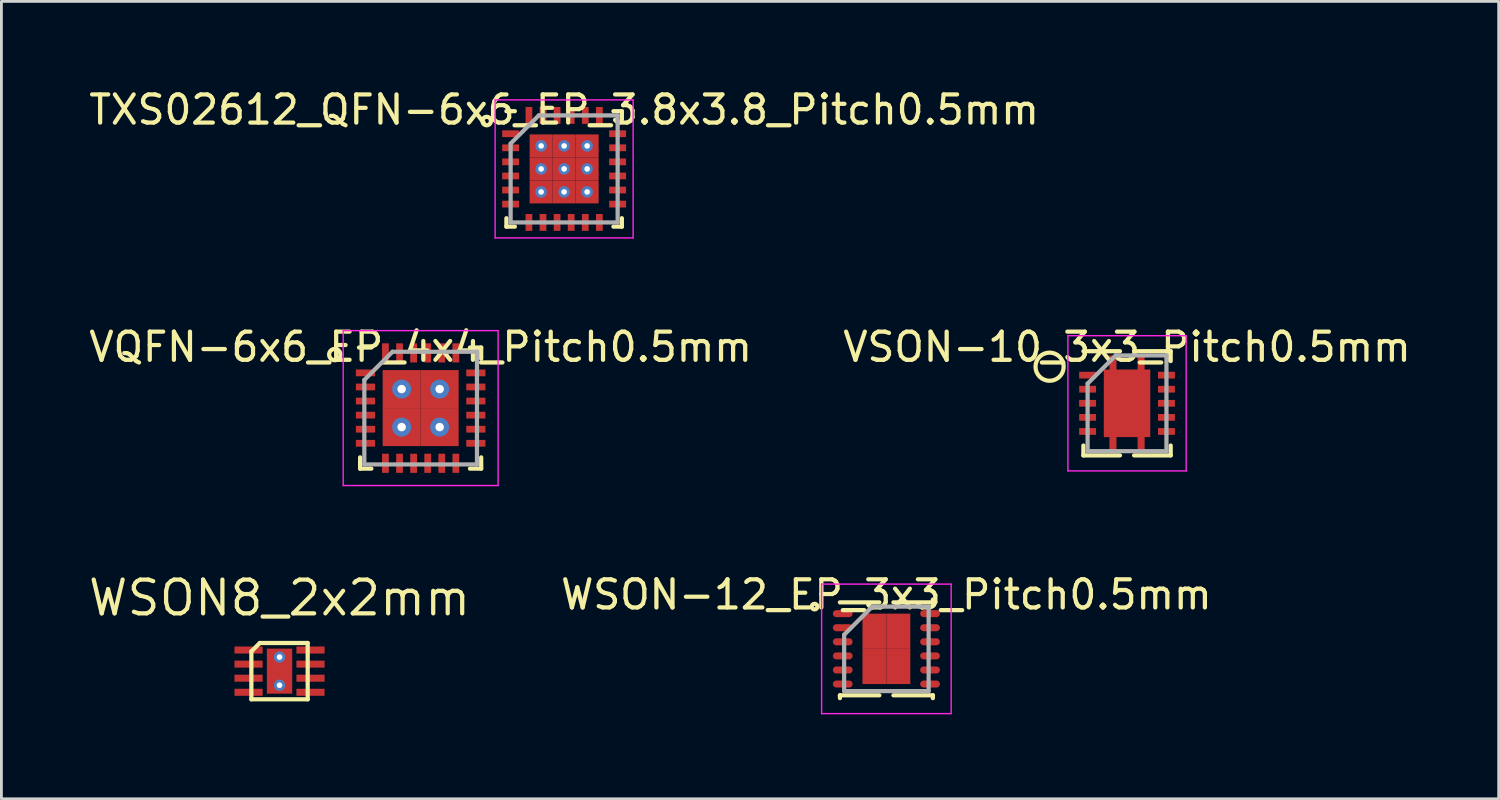
<source format=kicad_pcb>
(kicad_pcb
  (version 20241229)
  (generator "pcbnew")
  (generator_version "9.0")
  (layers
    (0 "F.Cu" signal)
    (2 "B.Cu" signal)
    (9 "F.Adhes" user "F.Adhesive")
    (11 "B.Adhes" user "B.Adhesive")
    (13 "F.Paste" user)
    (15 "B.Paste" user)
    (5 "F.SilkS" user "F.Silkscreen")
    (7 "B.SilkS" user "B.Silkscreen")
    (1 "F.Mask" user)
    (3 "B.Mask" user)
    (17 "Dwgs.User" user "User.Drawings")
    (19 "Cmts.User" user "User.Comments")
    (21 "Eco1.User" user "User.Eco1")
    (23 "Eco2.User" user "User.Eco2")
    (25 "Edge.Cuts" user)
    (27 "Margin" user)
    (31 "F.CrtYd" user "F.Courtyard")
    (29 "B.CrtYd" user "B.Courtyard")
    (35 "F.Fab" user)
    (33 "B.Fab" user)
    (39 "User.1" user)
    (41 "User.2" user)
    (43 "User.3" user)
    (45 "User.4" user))
  (footprint "TXS02612_QFN-6x6_EP_3.8x3.8_Pitch0.5mm"
    (layer "F.Cu")
    (at 16.982 2.948)
    (property "Reference" "TXS02612_QFN-6x6_EP_3.8x3.8_Pitch0.5mm" (at 0 -2.1 0) (layer "F.SilkS") (effects (font (size 1 1) (thickness 0.15))))
    (attr through_hole)
    (fp_line (start -2.05 2.05) (end -2.05 1.75) (stroke (width 0.15) (type default)) (layer "F.SilkS"))
    (fp_line (start -1.75 -2.05) (end -2.05 -2.05) (stroke (width 0.15) (type default)) (layer "F.SilkS"))
    (fp_line (start -1.75 2.05) (end -2.05 2.05) (stroke (width 0.15) (type default)) (layer "F.SilkS"))
    (fp_line (start 1.75 -2.05) (end 2.05 -2.05) (stroke (width 0.15) (type default)) (layer "F.SilkS"))
    (fp_line (start 1.75 2.05) (end 2.05 2.05) (stroke (width 0.15) (type default)) (layer "F.SilkS"))
    (fp_line (start 2.05 -2.05) (end 2.05 -1.75) (stroke (width 0.15) (type default)) (layer "F.SilkS"))
    (fp_line (start 2.05 2.05) (end 2.05 1.75) (stroke (width 0.15) (type default)) (layer "F.SilkS"))
    (fp_circle (center -2.75 -1.7) (end -2.75 -1.55) (stroke (width 0.15) (type default)) (fill no) (layer "F.SilkS"))
    (fp_line (start -2.45 -2.45) (end 2.45 -2.45) (stroke (width 0.05) (type default)) (layer "F.CrtYd"))
    (fp_line (start -2.45 2.45) (end -2.45 -2.45) (stroke (width 0.05) (type default)) (layer "F.CrtYd"))
    (fp_line (start 2.45 -2.45) (end 2.45 2.45) (stroke (width 0.05) (type default)) (layer "F.CrtYd"))
    (fp_line (start 2.45 2.45) (end -2.45 2.45) (stroke (width 0.05) (type default)) (layer "F.CrtYd"))
    (fp_line (start -1.9 -0.9) (end -1.9 1.9) (stroke (width 0.15) (type default)) (layer "F.Fab"))
    (fp_line (start -1.9 1.9) (end 1.9 1.9) (stroke (width 0.15) (type default)) (layer "F.Fab"))
    (fp_line (start -0.9 -1.9) (end -1.9 -0.9) (stroke (width 0.15) (type default)) (layer "F.Fab"))
    (fp_line (start 1.9 -1.9) (end -0.9 -1.9) (stroke (width 0.15) (type default)) (layer "F.Fab"))
    (fp_line (start 1.9 1.9) (end 1.9 -1.9) (stroke (width 0.15) (type default)) (layer "F.Fab"))
    (pad "1" smd rect (at -1.9 -1.25 90) (size 0.24 0.6) (layers "F.Cu" "F.Mask" "F.Paste"))
    (pad "2" smd rect (at -1.9 -0.75 90) (size 0.24 0.6) (layers "F.Cu" "F.Mask" "F.Paste"))
    (pad "3" smd rect (at -1.9 -0.25 90) (size 0.24 0.6) (layers "F.Cu" "F.Mask" "F.Paste"))
    (pad "4" smd rect (at -1.9 0.25 90) (size 0.24 0.6) (layers "F.Cu" "F.Mask" "F.Paste"))
    (pad "5" smd rect (at -1.9 0.75 90) (size 0.24 0.6) (layers "F.Cu" "F.Mask" "F.Paste"))
    (pad "6" smd rect (at -1.9 1.25 90) (size 0.24 0.6) (layers "F.Cu" "F.Mask" "F.Paste"))
    (pad "7" smd rect (at -1.25 1.9) (size 0.24 0.6) (layers "F.Cu" "F.Mask" "F.Paste"))
    (pad "8" smd rect (at -0.75 1.9) (size 0.24 0.6) (layers "F.Cu" "F.Mask" "F.Paste"))
    (pad "9" smd rect (at -0.25 1.9) (size 0.24 0.6) (layers "F.Cu" "F.Mask" "F.Paste"))
    (pad "10" smd rect (at 0.25 1.9) (size 0.24 0.6) (layers "F.Cu" "F.Mask" "F.Paste"))
    (pad "11" smd rect (at 0.75 1.9) (size 0.24 0.6) (layers "F.Cu" "F.Mask" "F.Paste"))
    (pad "12" smd rect (at 1.25 1.9) (size 0.24 0.6) (layers "F.Cu" "F.Mask" "F.Paste"))
    (pad "13" smd rect (at 1.9 1.25 90) (size 0.24 0.6) (layers "F.Cu" "F.Mask" "F.Paste"))
    (pad "14" smd rect (at 1.9 0.75 90) (size 0.24 0.6) (layers "F.Cu" "F.Mask" "F.Paste"))
    (pad "15" smd rect (at 1.9 0.25 90) (size 0.24 0.6) (layers "F.Cu" "F.Mask" "F.Paste"))
    (pad "16" smd rect (at 1.9 -0.25 90) (size 0.24 0.6) (layers "F.Cu" "F.Mask" "F.Paste"))
    (pad "17" smd rect (at 1.9 -0.75 90) (size 0.24 0.6) (layers "F.Cu" "F.Mask" "F.Paste"))
    (pad "18" smd rect (at 1.9 -1.25 90) (size 0.24 0.6) (layers "F.Cu" "F.Mask" "F.Paste"))
    (pad "19" smd rect (at 1.25 -1.9) (size 0.24 0.6) (layers "F.Cu" "F.Mask" "F.Paste"))
    (pad "20" smd rect (at 0.75 -1.9) (size 0.24 0.6) (layers "F.Cu" "F.Mask" "F.Paste"))
    (pad "21" smd rect (at 0.25 -1.9) (size 0.24 0.6) (layers "F.Cu" "F.Mask" "F.Paste"))
    (pad "22" smd rect (at -0.25 -1.9) (size 0.24 0.6) (layers "F.Cu" "F.Mask" "F.Paste"))
    (pad "23" smd rect (at -0.75 -1.9) (size 0.24 0.6) (layers "F.Cu" "F.Mask" "F.Paste"))
    (pad "24" smd rect (at -1.25 -1.9) (size 0.24 0.6) (layers "F.Cu" "F.Mask" "F.Paste"))
    (pad "25" thru_hole circle (at -0.817 -0.817) (size 0.408 0.408) (drill 0.2) (layers "*.Cu" "*.Mask"))
    (pad "25" smd rect (at -0.817 -0.817) (size 0.817 0.817) (layers "F.Cu" "F.Mask" "F.Paste"))
    (pad "25" thru_hole circle (at -0.817 0) (size 0.408 0.408) (drill 0.2) (layers "*.Cu" "*.Mask"))
    (pad "25" smd rect (at -0.817 0) (size 0.817 0.817) (layers "F.Cu" "F.Mask" "F.Paste"))
    (pad "25" thru_hole circle (at -0.817 0.817) (size 0.408 0.408) (drill 0.2) (layers "*.Cu" "*.Mask"))
    (pad "25" smd rect (at -0.817 0.817) (size 0.817 0.817) (layers "F.Cu" "F.Mask" "F.Paste"))
    (pad "25" thru_hole circle (at 0 -0.817) (size 0.408 0.408) (drill 0.2) (layers "*.Cu" "*.Mask"))
    (pad "25" smd rect (at 0 -0.817) (size 0.817 0.817) (layers "F.Cu" "F.Mask" "F.Paste"))
    (pad "25" thru_hole circle (at 0 0) (size 0.408 0.408) (drill 0.2) (layers "*.Cu" "*.Mask"))
    (pad "25" smd rect (at 0 0) (size 0.817 0.817) (layers "F.Cu" "F.Mask" "F.Paste"))
    (pad "25" thru_hole circle (at 0 0.817) (size 0.408 0.408) (drill 0.2) (layers "*.Cu" "*.Mask"))
    (pad "25" smd rect (at 0 0.817) (size 0.817 0.817) (layers "F.Cu" "F.Mask" "F.Paste"))
    (pad "25" thru_hole circle (at 0.817 -0.817) (size 0.408 0.408) (drill 0.2) (layers "*.Cu" "*.Mask"))
    (pad "25" smd rect (at 0.817 -0.817) (size 0.817 0.817) (layers "F.Cu" "F.Mask" "F.Paste"))
    (pad "25" thru_hole circle (at 0.817 0) (size 0.408 0.408) (drill 0.2) (layers "*.Cu" "*.Mask"))
    (pad "25" smd rect (at 0.817 0) (size 0.817 0.817) (layers "F.Cu" "F.Mask" "F.Paste"))
    (pad "25" thru_hole circle (at 0.817 0.817) (size 0.408 0.408) (drill 0.2) (layers "*.Cu" "*.Mask"))
    (pad "25" smd rect (at 0.817 0.817) (size 0.817 0.817) (layers "F.Cu" "F.Mask" "F.Paste")))
  (footprint "WSON-12_EP_3x3_Pitch0.5mm"
    (layer "F.Cu")
    (at 28.425 19.99)
    (property "Reference" "WSON-12_EP_3x3_Pitch0.5mm" (at 0 -1.925 0) (layer "F.SilkS") (effects (font (size 1 1) (thickness 0.15))))
    (attr through_hole)
    (fp_line (start -1.65 1.65) (end -1.65 1.75) (stroke (width 0.15) (type default)) (layer "F.SilkS"))
    (fp_line (start -0.25 -1.65) (end -1.65 -1.65) (stroke (width 0.15) (type default)) (layer "F.SilkS"))
    (fp_line (start -0.25 1.65) (end -1.65 1.65) (stroke (width 0.15) (type default)) (layer "F.SilkS"))
    (fp_line (start 0.25 -1.65) (end 1.65 -1.65) (stroke (width 0.15) (type default)) (layer "F.SilkS"))
    (fp_line (start 0.25 1.65) (end 1.65 1.65) (stroke (width 0.15) (type default)) (layer "F.SilkS"))
    (fp_line (start 1.65 -1.65) (end 1.65 -1.75) (stroke (width 0.15) (type default)) (layer "F.SilkS"))
    (fp_line (start 1.65 1.65) (end 1.65 1.75) (stroke (width 0.15) (type default)) (layer "F.SilkS"))
    (fp_circle (center -2.55 -1.5) (end -2.55 -1.4) (stroke (width 0.15) (type default)) (fill no) (layer "F.SilkS"))
    (fp_line (start -2.3 -2.3) (end 2.3 -2.3) (stroke (width 0.05) (type default)) (layer "F.CrtYd"))
    (fp_line (start -2.3 2.3) (end -2.3 -2.3) (stroke (width 0.05) (type default)) (layer "F.CrtYd"))
    (fp_line (start 2.3 -2.3) (end 2.3 2.3) (stroke (width 0.05) (type default)) (layer "F.CrtYd"))
    (fp_line (start 2.3 2.3) (end -2.3 2.3) (stroke (width 0.05) (type default)) (layer "F.CrtYd"))
    (fp_line (start -1.5 -0.5) (end -1.5 1.5) (stroke (width 0.15) (type default)) (layer "F.Fab"))
    (fp_line (start -1.5 1.5) (end 1.5 1.5) (stroke (width 0.15) (type default)) (layer "F.Fab"))
    (fp_line (start -0.5 -1.5) (end -1.5 -0.5) (stroke (width 0.15) (type default)) (layer "F.Fab"))
    (fp_line (start 1.5 -1.5) (end -0.5 -1.5) (stroke (width 0.15) (type default)) (layer "F.Fab"))
    (fp_line (start 1.5 1.5) (end 1.5 -1.5) (stroke (width 0.15) (type default)) (layer "F.Fab"))
    (pad "1" smd oval (at -1.55 -1.25 90) (size 0.25 0.7) (layers "F.Cu" "F.Mask" "F.Paste"))
    (pad "2" smd oval (at -1.55 -0.75 90) (size 0.25 0.7) (layers "F.Cu" "F.Mask" "F.Paste"))
    (pad "3" smd oval (at -1.55 -0.25 90) (size 0.25 0.7) (layers "F.Cu" "F.Mask" "F.Paste"))
    (pad "4" smd oval (at -1.55 0.25 90) (size 0.25 0.7) (layers "F.Cu" "F.Mask" "F.Paste"))
    (pad "5" smd oval (at -1.55 0.75 90) (size 0.25 0.7) (layers "F.Cu" "F.Mask" "F.Paste"))
    (pad "6" smd oval (at -1.55 1.25 90) (size 0.25 0.7) (layers "F.Cu" "F.Mask" "F.Paste"))
    (pad "7" smd oval (at 1.55 1.25 90) (size 0.25 0.7) (layers "F.Cu" "F.Mask" "F.Paste"))
    (pad "8" smd oval (at 1.55 0.75 90) (size 0.25 0.7) (layers "F.Cu" "F.Mask" "F.Paste"))
    (pad "9" smd oval (at 1.55 0.25 90) (size 0.25 0.7) (layers "F.Cu" "F.Mask" "F.Paste"))
    (pad "10" smd oval (at 1.55 -0.25 90) (size 0.25 0.7) (layers "F.Cu" "F.Mask" "F.Paste"))
    (pad "11" smd oval (at 1.55 -0.75 90) (size 0.25 0.7) (layers "F.Cu" "F.Mask" "F.Paste"))
    (pad "12" smd oval (at 1.55 -1.25 90) (size 0.25 0.7) (layers "F.Cu" "F.Mask" "F.Paste"))
    (pad "13" smd rect (at -0.425 -0.625) (size 0.85 1.25) (layers "F.Cu" "F.Mask" "F.Paste"))
    (pad "13" smd rect (at -0.425 0.625) (size 0.85 1.25) (layers "F.Cu" "F.Mask" "F.Paste"))
    (pad "13" smd rect (at 0.425 -0.625) (size 0.85 1.25) (layers "F.Cu" "F.Mask" "F.Paste"))
    (pad "13" smd rect (at 0.425 0.625) (size 0.85 1.25) (layers "F.Cu" "F.Mask" "F.Paste")))
  (footprint "VSON-10_3x3_Pitch0.5mm"
    (layer "F.Cu")
    (at 36.97 11.271)
    (property "Reference" "VSON-10_3x3_Pitch0.5mm" (at 0 -2 0) (layer "F.SilkS") (effects (font (size 1 1) (thickness 0.15))))
    (attr smd)
    (fp_line (start -1.55 1.85) (end -1.55 1.5) (stroke (width 0.15) (type solid)) (layer "F.SilkS"))
    (fp_line (start -0.25 -1.85) (end -1.55 -1.85) (stroke (width 0.15) (type solid)) (layer "F.SilkS"))
    (fp_line (start -0.25 1.85) (end -1.55 1.85) (stroke (width 0.15) (type solid)) (layer "F.SilkS"))
    (fp_line (start 0.25 -1.85) (end 1.55 -1.85) (stroke (width 0.15) (type solid)) (layer "F.SilkS"))
    (fp_line (start 0.25 1.85) (end 1.55 1.85) (stroke (width 0.15) (type solid)) (layer "F.SilkS"))
    (fp_line (start 1.55 -1.85) (end 1.55 -1.5) (stroke (width 0.15) (type solid)) (layer "F.SilkS"))
    (fp_line (start 1.55 1.85) (end 1.55 1.5) (stroke (width 0.15) (type solid)) (layer "F.SilkS"))
    (fp_circle (center -2.75 -1.3) (end -2.75 -0.8) (stroke (width 0.15) (type solid)) (fill no) (layer "F.SilkS"))
    (fp_line (start -2.1 -2.4) (end 2.1 -2.4) (stroke (width 0.05) (type solid)) (layer "F.CrtYd"))
    (fp_line (start -2.1 2.4) (end -2.1 -2.4) (stroke (width 0.05) (type solid)) (layer "F.CrtYd"))
    (fp_line (start 2.1 -2.4) (end 2.1 2.4) (stroke (width 0.05) (type solid)) (layer "F.CrtYd"))
    (fp_line (start 2.1 2.4) (end -2.1 2.4) (stroke (width 0.05) (type solid)) (layer "F.CrtYd"))
    (fp_line (start -1.4 -0.7) (end -1.4 1.7) (stroke (width 0.15) (type solid)) (layer "F.Fab"))
    (fp_line (start -1.4 1.7) (end 1.4 1.7) (stroke (width 0.15) (type solid)) (layer "F.Fab"))
    (fp_line (start -0.4 -1.7) (end -1.4 -0.7) (stroke (width 0.15) (type solid)) (layer "F.Fab"))
    (fp_line (start 1.4 -1.7) (end -0.4 -1.7) (stroke (width 0.15) (type solid)) (layer "F.Fab"))
    (fp_line (start 1.4 1.7) (end 1.4 -1.7) (stroke (width 0.15) (type solid)) (layer "F.Fab"))
    (pad "1" smd rect (at -1.4 -1 90) (size 0.24 0.6) (layers "F.Cu" "F.Mask" "F.Paste"))
    (pad "2" smd rect (at -1.4 -0.5 90) (size 0.24 0.6) (layers "F.Cu" "F.Mask" "F.Paste"))
    (pad "3" smd rect (at -1.4 0 90) (size 0.24 0.6) (layers "F.Cu" "F.Mask" "F.Paste"))
    (pad "4" smd rect (at -1.4 0.5 90) (size 0.24 0.6) (layers "F.Cu" "F.Mask" "F.Paste"))
    (pad "5" smd rect (at -1.4 1 90) (size 0.24 0.6) (layers "F.Cu" "F.Mask" "F.Paste"))
    (pad "6" smd rect (at 1.4 1 90) (size 0.24 0.6) (layers "F.Cu" "F.Mask" "F.Paste"))
    (pad "7" smd rect (at 1.4 0.5 90) (size 0.24 0.6) (layers "F.Cu" "F.Mask" "F.Paste"))
    (pad "8" smd rect (at 1.4 0 90) (size 0.24 0.6) (layers "F.Cu" "F.Mask" "F.Paste"))
    (pad "9" smd rect (at 1.4 -0.5 90) (size 0.24 0.6) (layers "F.Cu" "F.Mask" "F.Paste"))
    (pad "10" smd rect (at 1.4 -1 90) (size 0.24 0.6) (layers "F.Cu" "F.Mask" "F.Paste"))
    (pad "11" smd custom (at 0 0) (size 1.524 1.524) (layers "F.Cu" "F.Mask" "F.Paste") (options (anchor rect)) (primitives (gr_poly (pts (xy -0.825 -1.2) (xy -0.625 -1.2) (xy -0.625 -1.7) (xy -0.375 -1.7) (xy -0.375 -1.2) (xy 0.375 -1.2) (xy 0.375 -1.7) (xy 0.625 -1.7) (xy 0.625 -1.2) (xy 0.825 -1.2) (xy 0.825 1.2) (xy 0.625 1.2) (xy 0.625 1.7) (xy 0.375 1.7) (xy 0.375 1.2) (xy -0.375 1.2) (xy -0.375 1.7) (xy -0.625 1.7) (xy -0.625 1.2) (xy -0.825 1.2)) (width 0) (fill yes)))))
  (footprint "VQFN-6x6_EP_4x4_Pitch0.5mm"
    (layer "F.Cu")
    (at 11.887 11.441)
    (property "Reference" "VQFN-6x6_EP_4x4_Pitch0.5mm" (at 0 -2.17 0) (layer "F.SilkS") (effects (font (size 1 1) (thickness 0.15))))
    (attr through_hole)
    (fp_line (start -2.15 2.15) (end -2.15 1.75) (stroke (width 0.15) (type default)) (layer "F.SilkS"))
    (fp_line (start -1.75 -2.15) (end -2.19 -2.15) (stroke (width 0.15) (type default)) (layer "F.SilkS"))
    (fp_line (start -1.75 2.15) (end -2.15 2.15) (stroke (width 0.15) (type default)) (layer "F.SilkS"))
    (fp_line (start 1.75 -2.15) (end 2.15 -2.15) (stroke (width 0.15) (type default)) (layer "F.SilkS"))
    (fp_line (start 1.75 2.15) (end 2.15 2.15) (stroke (width 0.15) (type default)) (layer "F.SilkS"))
    (fp_line (start 2.15 -2.15) (end 2.15 -1.75) (stroke (width 0.15) (type default)) (layer "F.SilkS"))
    (fp_line (start 2.15 2.15) (end 2.15 1.75) (stroke (width 0.15) (type default)) (layer "F.SilkS"))
    (fp_circle (center -3.05 -1.9) (end -3.05 -1.7) (stroke (width 0.15) (type default)) (fill no) (layer "F.SilkS"))
    (fp_line (start -2.75 -2.75) (end 2.75 -2.75) (stroke (width 0.05) (type default)) (layer "F.CrtYd"))
    (fp_line (start -2.75 2.75) (end -2.75 -2.75) (stroke (width 0.05) (type default)) (layer "F.CrtYd"))
    (fp_line (start 2.75 -2.75) (end 2.75 2.75) (stroke (width 0.05) (type default)) (layer "F.CrtYd"))
    (fp_line (start 2.75 2.75) (end -2.75 2.75) (stroke (width 0.05) (type default)) (layer "F.CrtYd"))
    (fp_line (start -2 -1) (end -2 2) (stroke (width 0.15) (type default)) (layer "F.Fab"))
    (fp_line (start -2 2) (end 2 2) (stroke (width 0.15) (type default)) (layer "F.Fab"))
    (fp_line (start -1 -2) (end -2 -1) (stroke (width 0.15) (type default)) (layer "F.Fab"))
    (fp_line (start 2 -2) (end -1 -2) (stroke (width 0.15) (type default)) (layer "F.Fab"))
    (fp_line (start 2 2) (end 2 -2) (stroke (width 0.15) (type default)) (layer "F.Fab"))
    (pad "1" smd rect (at -1.96 -1.25 90) (size 0.24 0.68) (layers "F.Cu" "F.Mask" "F.Paste"))
    (pad "2" smd rect (at -1.96 -0.75 90) (size 0.24 0.68) (layers "F.Cu" "F.Mask" "F.Paste"))
    (pad "3" smd rect (at -1.96 -0.25 90) (size 0.24 0.68) (layers "F.Cu" "F.Mask" "F.Paste"))
    (pad "4" smd rect (at -1.96 0.25 90) (size 0.24 0.68) (layers "F.Cu" "F.Mask" "F.Paste"))
    (pad "5" smd rect (at -1.96 0.75 90) (size 0.24 0.68) (layers "F.Cu" "F.Mask" "F.Paste"))
    (pad "6" smd rect (at -1.96 1.25 90) (size 0.24 0.68) (layers "F.Cu" "F.Mask" "F.Paste"))
    (pad "7" smd rect (at -1.25 1.96) (size 0.24 0.68) (layers "F.Cu" "F.Mask" "F.Paste"))
    (pad "8" smd rect (at -0.75 1.96) (size 0.24 0.68) (layers "F.Cu" "F.Mask" "F.Paste"))
    (pad "9" smd rect (at -0.25 1.96) (size 0.24 0.68) (layers "F.Cu" "F.Mask" "F.Paste"))
    (pad "10" smd rect (at 0.25 1.96) (size 0.24 0.68) (layers "F.Cu" "F.Mask" "F.Paste"))
    (pad "11" smd rect (at 0.75 1.96) (size 0.24 0.68) (layers "F.Cu" "F.Mask" "F.Paste"))
    (pad "12" smd rect (at 1.25 1.96) (size 0.24 0.68) (layers "F.Cu" "F.Mask" "F.Paste"))
    (pad "13" smd rect (at 1.96 1.25 90) (size 0.24 0.68) (layers "F.Cu" "F.Mask" "F.Paste"))
    (pad "14" smd rect (at 1.96 0.75 90) (size 0.24 0.68) (layers "F.Cu" "F.Mask" "F.Paste"))
    (pad "15" smd rect (at 1.96 0.25 90) (size 0.24 0.68) (layers "F.Cu" "F.Mask" "F.Paste"))
    (pad "16" smd rect (at 1.96 -0.25 90) (size 0.24 0.68) (layers "F.Cu" "F.Mask" "F.Paste"))
    (pad "17" smd rect (at 1.96 -0.75 90) (size 0.24 0.68) (layers "F.Cu" "F.Mask" "F.Paste"))
    (pad "18" smd rect (at 1.96 -1.25 90) (size 0.24 0.68) (layers "F.Cu" "F.Mask" "F.Paste"))
    (pad "19" smd rect (at 1.25 -1.96) (size 0.24 0.68) (layers "F.Cu" "F.Mask" "F.Paste"))
    (pad "20" smd rect (at 0.75 -1.96) (size 0.24 0.68) (layers "F.Cu" "F.Mask" "F.Paste"))
    (pad "21" smd rect (at 0.25 -1.96) (size 0.24 0.68) (layers "F.Cu" "F.Mask" "F.Paste"))
    (pad "22" smd rect (at -0.25 -1.96) (size 0.24 0.68) (layers "F.Cu" "F.Mask" "F.Paste"))
    (pad "23" smd rect (at -0.75 -1.96) (size 0.24 0.68) (layers "F.Cu" "F.Mask" "F.Paste"))
    (pad "24" smd rect (at -1.25 -1.96) (size 0.24 0.68) (layers "F.Cu" "F.Mask" "F.Paste"))
    (pad "25" thru_hole circle (at -0.675 -0.675) (size 0.675 0.675) (drill 0.3) (layers "*.Cu" "*.Mask"))
    (pad "25" smd rect (at -0.675 -0.675) (size 1.35 1.35) (layers "F.Cu" "F.Mask" "F.Paste"))
    (pad "25" thru_hole circle (at -0.675 0.675) (size 0.675 0.675) (drill 0.3) (layers "*.Cu" "*.Mask"))
    (pad "25" smd rect (at -0.675 0.675) (size 1.35 1.35) (layers "F.Cu" "F.Mask" "F.Paste"))
    (pad "25" thru_hole circle (at 0.675 -0.675) (size 0.675 0.675) (drill 0.3) (layers "*.Cu" "*.Mask"))
    (pad "25" smd rect (at 0.675 -0.675) (size 1.35 1.35) (layers "F.Cu" "F.Mask" "F.Paste"))
    (pad "25" thru_hole circle (at 0.675 0.675) (size 0.675 0.675) (drill 0.3) (layers "*.Cu" "*.Mask"))
    (pad "25" smd rect (at 0.675 0.675) (size 1.35 1.35) (layers "F.Cu" "F.Mask" "F.Paste")))
  (footprint "WSON8_2x2mm"
    (layer "F.Cu")
    (at 6.876 20.782)
    (property "Reference" "WSON8_2x2mm" (at 0 -2.6 0) (layer "F.SilkS") (effects (font (size 1.2 1.2) (thickness 0.15))))
    (attr smd)
    (fp_line (start -1 -0.7) (end -1 1) (stroke (width 0.15) (type solid)) (layer "F.SilkS"))
    (fp_line (start -1 1) (end 1 1) (stroke (width 0.15) (type solid)) (layer "F.SilkS"))
    (fp_line (start -0.7 -1) (end -1 -0.7) (stroke (width 0.15) (type solid)) (layer "F.SilkS"))
    (fp_line (start 1 -1) (end -0.7 -1) (stroke (width 0.15) (type solid)) (layer "F.SilkS"))
    (fp_line (start 1 1) (end 1 -1) (stroke (width 0.15) (type solid)) (layer "F.SilkS"))
    (pad "" smd rect (at 0 -0.291) (size 0.318 0.566) (layers "F.Paste"))
    (pad "" smd rect (at 0 0.291) (size 0.318 0.566) (layers "F.Paste"))
    (pad "1" smd rect (at -1.1 -0.75) (size 1 0.25) (layers "F.Cu" "F.Mask" "F.Paste"))
    (pad "2" smd rect (at -1.1 -0.25) (size 1 0.25) (layers "F.Cu" "F.Mask" "F.Paste"))
    (pad "3" smd rect (at -1.1 0.25) (size 1 0.25) (layers "F.Cu" "F.Mask" "F.Paste"))
    (pad "4" smd rect (at -1.1 0.75) (size 1 0.25) (layers "F.Cu" "F.Mask" "F.Paste"))
    (pad "5" smd rect (at 1.1 0.75) (size 1 0.25) (layers "F.Cu" "F.Mask" "F.Paste"))
    (pad "6" smd rect (at 1.1 0.25) (size 1 0.25) (layers "F.Cu" "F.Mask" "F.Paste"))
    (pad "7" smd rect (at 1.1 -0.25) (size 1 0.25) (layers "F.Cu" "F.Mask" "F.Paste"))
    (pad "8" smd rect (at 1.1 -0.75) (size 1 0.25) (layers "F.Cu" "F.Mask" "F.Paste"))
    (pad "9" thru_hole circle (at 0 -0.5) (size 0.4 0.4) (drill 0.2) (layers "*.Cu" "*.Mask"))
    (pad "9" smd rect (at 0 0) (size 0.9 1.6) (layers "F.Cu" "F.Mask"))
    (pad "9" thru_hole circle (at 0 0.5) (size 0.4 0.4) (drill 0.2) (layers "*.Cu" "*.Mask")))
  (gr_rect
    (start -3 -3)
    (end 50.167 25.315)
    (stroke (width 0.1) (type default))
    (fill no)
    (layer "Edge.Cuts")))
</source>
